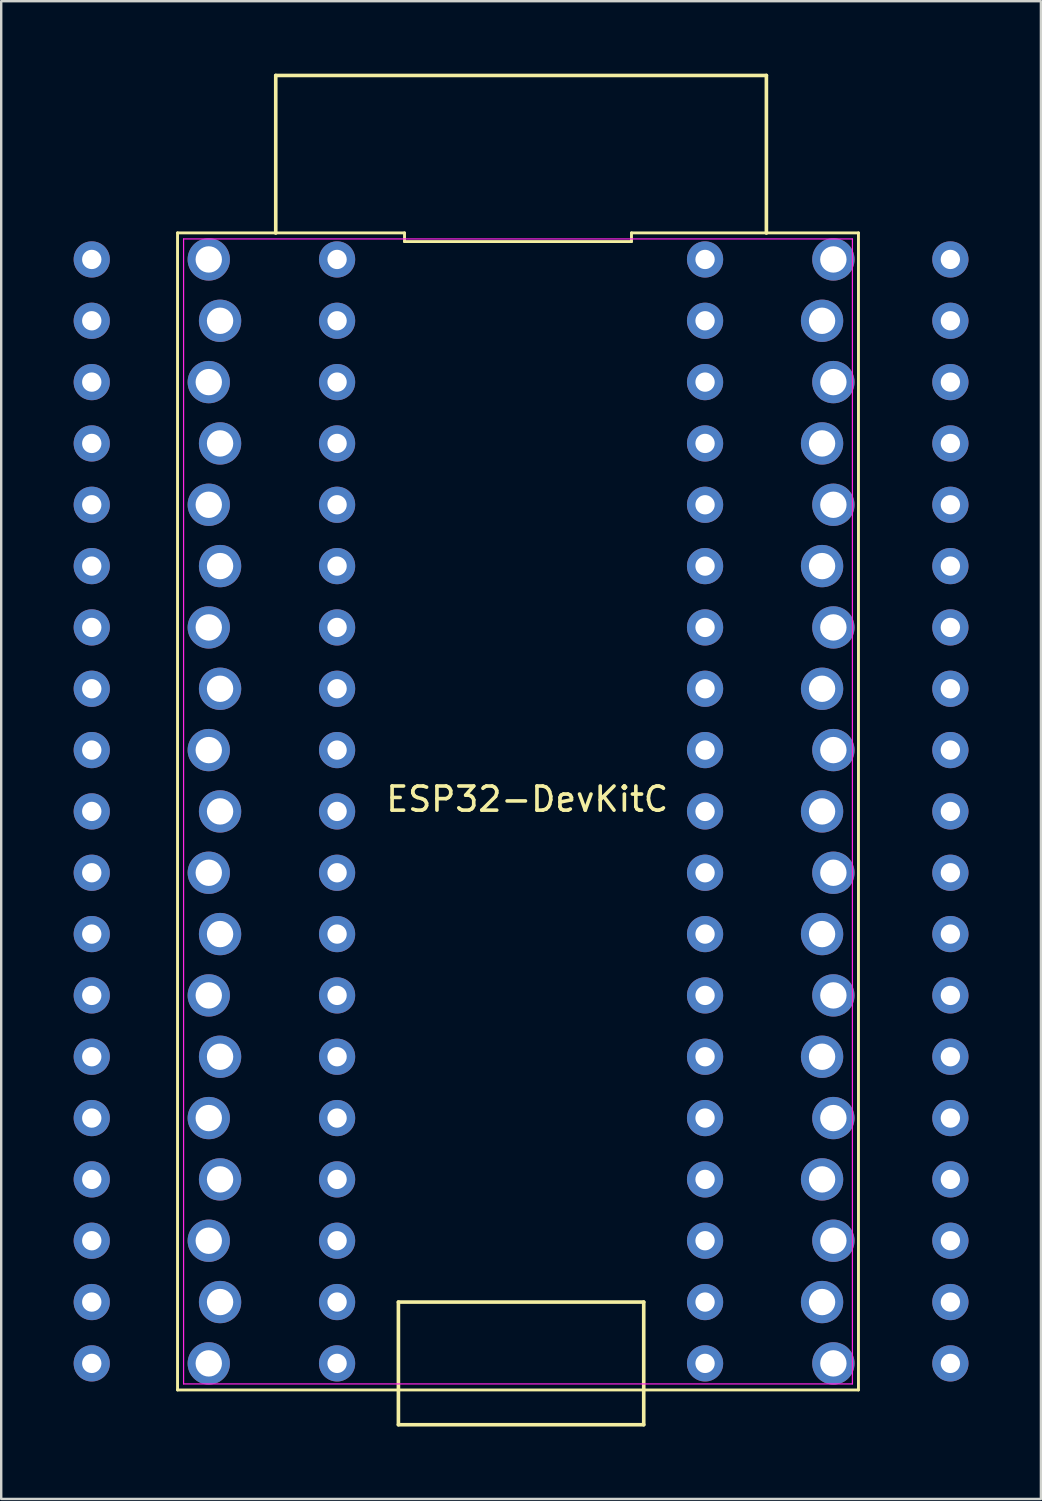
<source format=kicad_pcb>
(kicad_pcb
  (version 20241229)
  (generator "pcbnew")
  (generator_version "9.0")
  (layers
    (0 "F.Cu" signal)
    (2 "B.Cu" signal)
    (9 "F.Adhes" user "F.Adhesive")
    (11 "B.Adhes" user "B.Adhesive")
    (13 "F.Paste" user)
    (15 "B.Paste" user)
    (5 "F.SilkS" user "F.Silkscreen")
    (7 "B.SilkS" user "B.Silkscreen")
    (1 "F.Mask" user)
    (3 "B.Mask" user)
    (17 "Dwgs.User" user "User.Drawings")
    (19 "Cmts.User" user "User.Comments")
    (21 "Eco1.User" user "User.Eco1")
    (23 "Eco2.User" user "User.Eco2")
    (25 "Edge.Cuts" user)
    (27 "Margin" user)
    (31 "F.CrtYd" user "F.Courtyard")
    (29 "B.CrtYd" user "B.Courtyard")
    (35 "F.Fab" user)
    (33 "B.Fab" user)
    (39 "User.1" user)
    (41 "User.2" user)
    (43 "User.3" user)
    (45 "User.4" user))
  (footprint "ESP32-DevKitC"
    (layer "F.Cu")
    (at 18.403 30.174)
    (property "Reference" "ESP32-DevKitC" (at 0.381 -0.127 180) (layer "F.SilkS") (effects (font (size 1 1) (thickness 0.15))))
    (attr through_hole)
    (fp_line (start -14.1 24.341) (end 14.1 24.341) (stroke (width 0.12) (type solid)) (layer "F.SilkS"))
    (fp_line (start -14.1 -23.579) (end -14.1 24.341) (stroke (width 0.12) (type solid)) (layer "F.SilkS"))
    (fp_line (start -10.033 -30.099) (end 10.287 -30.099) (stroke (width 0.15) (type solid)) (layer "F.SilkS"))
    (fp_line (start -10.033 -23.571) (end -10.033 -30.099) (stroke (width 0.15) (type solid)) (layer "F.SilkS"))
    (fp_line (start -4.953 20.701) (end -4.953 25.781) (stroke (width 0.15) (type solid)) (layer "F.SilkS"))
    (fp_line (start -4.953 25.781) (end 5.207 25.781) (stroke (width 0.15) (type solid)) (layer "F.SilkS"))
    (fp_line (start -4.7 -23.579) (end -14.1 -23.579) (stroke (width 0.12) (type solid)) (layer "F.SilkS"))
    (fp_line (start -4.7 -23.219) (end -4.7 -23.579) (stroke (width 0.12) (type solid)) (layer "F.SilkS"))
    (fp_line (start 4.7 -23.579) (end 4.7 -23.219) (stroke (width 0.12) (type solid)) (layer "F.SilkS"))
    (fp_line (start 4.7 -23.219) (end -4.7 -23.219) (stroke (width 0.12) (type solid)) (layer "F.SilkS"))
    (fp_line (start 5.207 20.701) (end -4.953 20.701) (stroke (width 0.15) (type solid)) (layer "F.SilkS"))
    (fp_line (start 5.207 25.781) (end 5.207 20.701) (stroke (width 0.15) (type solid)) (layer "F.SilkS"))
    (fp_line (start 10.287 -23.571) (end 10.287 -30.099) (stroke (width 0.15) (type solid)) (layer "F.SilkS"))
    (fp_line (start 14.1 24.341) (end 14.1 -23.579) (stroke (width 0.12) (type solid)) (layer "F.SilkS"))
    (fp_line (start 14.1 -23.579) (end 4.7 -23.579) (stroke (width 0.12) (type solid)) (layer "F.SilkS"))
    (fp_line (start -13.85 -23.329) (end 13.85 -23.329) (stroke (width 0.05) (type solid)) (layer "F.CrtYd"))
    (fp_line (start -13.85 24.091) (end -13.85 -23.329) (stroke (width 0.05) (type solid)) (layer "F.CrtYd"))
    (fp_line (start 13.85 -23.329) (end 13.85 24.091) (stroke (width 0.05) (type solid)) (layer "F.CrtYd"))
    (fp_line (start 13.85 24.091) (end -13.85 24.091) (stroke (width 0.05) (type solid)) (layer "F.CrtYd"))
    (pad "1" thru_hole circle (at -17.653 -22.479) (size 1.5 1.5) (drill 0.8) (layers "*.Cu" "*.Mask"))
    (pad "1" thru_hole circle (at -12.807 -22.479) (size 1.753 1.753) (drill 1.092) (layers "*.Cu" "*.Mask"))
    (pad "1" thru_hole circle (at -7.493 -22.479) (size 1.5 1.5) (drill 0.8) (layers "*.Cu" "*.Mask"))
    (pad "2" thru_hole circle (at -17.653 -19.939) (size 1.5 1.5) (drill 0.8) (layers "*.Cu" "*.Mask"))
    (pad "2" thru_hole circle (at -12.339 -19.939) (size 1.753 1.753) (drill 1.092) (layers "*.Cu" "*.Mask"))
    (pad "2" thru_hole circle (at -7.493 -19.939) (size 1.5 1.5) (drill 0.8) (layers "*.Cu" "*.Mask"))
    (pad "3" thru_hole circle (at -17.653 -17.399) (size 1.5 1.5) (drill 0.8) (layers "*.Cu" "*.Mask"))
    (pad "3" thru_hole circle (at -12.807 -17.399) (size 1.753 1.753) (drill 1.092) (layers "*.Cu" "*.Mask"))
    (pad "3" thru_hole circle (at -7.493 -17.399) (size 1.5 1.5) (drill 0.8) (layers "*.Cu" "*.Mask"))
    (pad "4" thru_hole circle (at -17.653 -14.859) (size 1.5 1.5) (drill 0.8) (layers "*.Cu" "*.Mask"))
    (pad "4" thru_hole circle (at -12.339 -14.859) (size 1.753 1.753) (drill 1.092) (layers "*.Cu" "*.Mask"))
    (pad "4" thru_hole circle (at -7.493 -14.859) (size 1.5 1.5) (drill 0.8) (layers "*.Cu" "*.Mask"))
    (pad "5" thru_hole circle (at -17.653 -12.319) (size 1.5 1.5) (drill 0.8) (layers "*.Cu" "*.Mask"))
    (pad "5" thru_hole circle (at -12.807 -12.319) (size 1.753 1.753) (drill 1.092) (layers "*.Cu" "*.Mask"))
    (pad "5" thru_hole circle (at -7.493 -12.319) (size 1.5 1.5) (drill 0.8) (layers "*.Cu" "*.Mask"))
    (pad "6" thru_hole circle (at -17.653 -9.779) (size 1.5 1.5) (drill 0.8) (layers "*.Cu" "*.Mask"))
    (pad "6" thru_hole circle (at -12.339 -9.779) (size 1.753 1.753) (drill 1.092) (layers "*.Cu" "*.Mask"))
    (pad "6" thru_hole circle (at -7.493 -9.779) (size 1.5 1.5) (drill 0.8) (layers "*.Cu" "*.Mask"))
    (pad "7" thru_hole circle (at -17.653 -7.239) (size 1.5 1.5) (drill 0.8) (layers "*.Cu" "*.Mask"))
    (pad "7" thru_hole circle (at -12.807 -7.239) (size 1.753 1.753) (drill 1.092) (layers "*.Cu" "*.Mask"))
    (pad "7" thru_hole circle (at -7.493 -7.239) (size 1.5 1.5) (drill 0.8) (layers "*.Cu" "*.Mask"))
    (pad "8" thru_hole circle (at -17.653 -4.699) (size 1.5 1.5) (drill 0.8) (layers "*.Cu" "*.Mask"))
    (pad "8" thru_hole circle (at -12.339 -4.699) (size 1.753 1.753) (drill 1.092) (layers "*.Cu" "*.Mask"))
    (pad "8" thru_hole circle (at -7.493 -4.699) (size 1.5 1.5) (drill 0.8) (layers "*.Cu" "*.Mask"))
    (pad "9" thru_hole circle (at -17.653 -2.159) (size 1.5 1.5) (drill 0.8) (layers "*.Cu" "*.Mask"))
    (pad "9" thru_hole circle (at -12.807 -2.159) (size 1.753 1.753) (drill 1.092) (layers "*.Cu" "*.Mask"))
    (pad "9" thru_hole circle (at -7.493 -2.159) (size 1.5 1.5) (drill 0.8) (layers "*.Cu" "*.Mask"))
    (pad "10" thru_hole circle (at -17.653 0.381) (size 1.5 1.5) (drill 0.8) (layers "*.Cu" "*.Mask"))
    (pad "10" thru_hole circle (at -12.339 0.381) (size 1.753 1.753) (drill 1.092) (layers "*.Cu" "*.Mask"))
    (pad "10" thru_hole circle (at -7.493 0.381) (size 1.5 1.5) (drill 0.8) (layers "*.Cu" "*.Mask"))
    (pad "11" thru_hole circle (at -17.653 2.921) (size 1.5 1.5) (drill 0.8) (layers "*.Cu" "*.Mask"))
    (pad "11" thru_hole circle (at -12.807 2.921) (size 1.753 1.753) (drill 1.092) (layers "*.Cu" "*.Mask"))
    (pad "11" thru_hole circle (at -7.493 2.921) (size 1.5 1.5) (drill 0.8) (layers "*.Cu" "*.Mask"))
    (pad "12" thru_hole circle (at -17.653 5.461) (size 1.5 1.5) (drill 0.8) (layers "*.Cu" "*.Mask"))
    (pad "12" thru_hole circle (at -12.339 5.461) (size 1.753 1.753) (drill 1.092) (layers "*.Cu" "*.Mask"))
    (pad "12" thru_hole circle (at -7.493 5.461) (size 1.5 1.5) (drill 0.8) (layers "*.Cu" "*.Mask"))
    (pad "13" thru_hole circle (at -17.653 8.001) (size 1.5 1.5) (drill 0.8) (layers "*.Cu" "*.Mask"))
    (pad "13" thru_hole circle (at -12.807 8.001) (size 1.753 1.753) (drill 1.092) (layers "*.Cu" "*.Mask"))
    (pad "13" thru_hole circle (at -7.493 8.001) (size 1.5 1.5) (drill 0.8) (layers "*.Cu" "*.Mask"))
    (pad "14" thru_hole circle (at -17.653 10.541) (size 1.5 1.5) (drill 0.8) (layers "*.Cu" "*.Mask"))
    (pad "14" thru_hole circle (at -12.339 10.541) (size 1.753 1.753) (drill 1.092) (layers "*.Cu" "*.Mask"))
    (pad "14" thru_hole circle (at -7.493 10.541) (size 1.5 1.5) (drill 0.8) (layers "*.Cu" "*.Mask"))
    (pad "15" thru_hole circle (at -17.653 13.081) (size 1.5 1.5) (drill 0.8) (layers "*.Cu" "*.Mask"))
    (pad "15" thru_hole circle (at -12.807 13.081) (size 1.753 1.753) (drill 1.092) (layers "*.Cu" "*.Mask"))
    (pad "15" thru_hole circle (at -7.493 13.081) (size 1.5 1.5) (drill 0.8) (layers "*.Cu" "*.Mask"))
    (pad "16" thru_hole circle (at -17.653 15.621) (size 1.5 1.5) (drill 0.8) (layers "*.Cu" "*.Mask"))
    (pad "16" thru_hole circle (at -12.339 15.621) (size 1.753 1.753) (drill 1.092) (layers "*.Cu" "*.Mask"))
    (pad "16" thru_hole circle (at -7.493 15.621) (size 1.5 1.5) (drill 0.8) (layers "*.Cu" "*.Mask"))
    (pad "17" thru_hole circle (at -17.653 18.161) (size 1.5 1.5) (drill 0.8) (layers "*.Cu" "*.Mask"))
    (pad "17" thru_hole circle (at -12.807 18.161) (size 1.753 1.753) (drill 1.092) (layers "*.Cu" "*.Mask"))
    (pad "17" thru_hole circle (at -7.493 18.161) (size 1.5 1.5) (drill 0.8) (layers "*.Cu" "*.Mask"))
    (pad "18" thru_hole circle (at -17.653 20.701) (size 1.5 1.5) (drill 0.8) (layers "*.Cu" "*.Mask"))
    (pad "18" thru_hole circle (at -12.339 20.701) (size 1.753 1.753) (drill 1.092) (layers "*.Cu" "*.Mask"))
    (pad "18" thru_hole circle (at -7.493 20.701) (size 1.5 1.5) (drill 0.8) (layers "*.Cu" "*.Mask"))
    (pad "19" thru_hole circle (at -17.653 23.241) (size 1.5 1.5) (drill 0.8) (layers "*.Cu" "*.Mask"))
    (pad "19" thru_hole circle (at -12.807 23.241) (size 1.753 1.753) (drill 1.092) (layers "*.Cu" "*.Mask"))
    (pad "19" thru_hole circle (at -7.493 23.241) (size 1.5 1.5) (drill 0.8) (layers "*.Cu" "*.Mask"))
    (pad "20" thru_hole circle (at 7.747 23.241) (size 1.5 1.5) (drill 0.8) (layers "*.Cu" "*.Mask"))
    (pad "20" thru_hole circle (at 13.061 23.241) (size 1.753 1.753) (drill 1.092) (layers "*.Cu" "*.Mask"))
    (pad "20" thru_hole circle (at 17.907 23.241) (size 1.5 1.5) (drill 0.8) (layers "*.Cu" "*.Mask"))
    (pad "21" thru_hole circle (at 7.747 20.701) (size 1.5 1.5) (drill 0.8) (layers "*.Cu" "*.Mask"))
    (pad "21" thru_hole circle (at 12.593 20.701) (size 1.753 1.753) (drill 1.092) (layers "*.Cu" "*.Mask"))
    (pad "21" thru_hole circle (at 17.907 20.701) (size 1.5 1.5) (drill 0.8) (layers "*.Cu" "*.Mask"))
    (pad "22" thru_hole circle (at 7.747 18.161) (size 1.5 1.5) (drill 0.8) (layers "*.Cu" "*.Mask"))
    (pad "22" thru_hole circle (at 13.061 18.161) (size 1.753 1.753) (drill 1.092) (layers "*.Cu" "*.Mask"))
    (pad "22" thru_hole circle (at 17.907 18.161) (size 1.5 1.5) (drill 0.8) (layers "*.Cu" "*.Mask"))
    (pad "23" thru_hole circle (at 7.747 15.621) (size 1.5 1.5) (drill 0.8) (layers "*.Cu" "*.Mask"))
    (pad "23" thru_hole circle (at 12.593 15.621) (size 1.753 1.753) (drill 1.092) (layers "*.Cu" "*.Mask"))
    (pad "23" thru_hole circle (at 17.907 15.621) (size 1.5 1.5) (drill 0.8) (layers "*.Cu" "*.Mask"))
    (pad "24" thru_hole circle (at 7.747 13.081) (size 1.5 1.5) (drill 0.8) (layers "*.Cu" "*.Mask"))
    (pad "24" thru_hole circle (at 13.061 13.081) (size 1.753 1.753) (drill 1.092) (layers "*.Cu" "*.Mask"))
    (pad "24" thru_hole circle (at 17.907 13.081) (size 1.5 1.5) (drill 0.8) (layers "*.Cu" "*.Mask"))
    (pad "25" thru_hole circle (at 7.747 10.541) (size 1.5 1.5) (drill 0.8) (layers "*.Cu" "*.Mask"))
    (pad "25" thru_hole circle (at 12.593 10.541) (size 1.753 1.753) (drill 1.092) (layers "*.Cu" "*.Mask"))
    (pad "25" thru_hole circle (at 17.907 10.541) (size 1.5 1.5) (drill 0.8) (layers "*.Cu" "*.Mask"))
    (pad "26" thru_hole circle (at 7.747 8.001) (size 1.5 1.5) (drill 0.8) (layers "*.Cu" "*.Mask"))
    (pad "26" thru_hole circle (at 13.061 8.001) (size 1.753 1.753) (drill 1.092) (layers "*.Cu" "*.Mask"))
    (pad "26" thru_hole circle (at 17.907 8.001) (size 1.5 1.5) (drill 0.8) (layers "*.Cu" "*.Mask"))
    (pad "27" thru_hole circle (at 7.747 5.461) (size 1.5 1.5) (drill 0.8) (layers "*.Cu" "*.Mask"))
    (pad "27" thru_hole circle (at 12.593 5.461) (size 1.753 1.753) (drill 1.092) (layers "*.Cu" "*.Mask"))
    (pad "27" thru_hole circle (at 17.907 5.461) (size 1.5 1.5) (drill 0.8) (layers "*.Cu" "*.Mask"))
    (pad "28" thru_hole circle (at 7.747 2.921) (size 1.5 1.5) (drill 0.8) (layers "*.Cu" "*.Mask"))
    (pad "28" thru_hole circle (at 13.061 2.921) (size 1.753 1.753) (drill 1.092) (layers "*.Cu" "*.Mask"))
    (pad "28" thru_hole circle (at 17.907 2.921) (size 1.5 1.5) (drill 0.8) (layers "*.Cu" "*.Mask"))
    (pad "29" thru_hole circle (at 7.747 0.381) (size 1.5 1.5) (drill 0.8) (layers "*.Cu" "*.Mask"))
    (pad "29" thru_hole circle (at 12.593 0.381) (size 1.753 1.753) (drill 1.092) (layers "*.Cu" "*.Mask"))
    (pad "29" thru_hole circle (at 17.907 0.381) (size 1.5 1.5) (drill 0.8) (layers "*.Cu" "*.Mask"))
    (pad "30" thru_hole circle (at 7.747 -2.159) (size 1.5 1.5) (drill 0.8) (layers "*.Cu" "*.Mask"))
    (pad "30" thru_hole circle (at 13.061 -2.159) (size 1.753 1.753) (drill 1.092) (layers "*.Cu" "*.Mask"))
    (pad "30" thru_hole circle (at 17.907 -2.159) (size 1.5 1.5) (drill 0.8) (layers "*.Cu" "*.Mask"))
    (pad "31" thru_hole circle (at 7.747 -4.699) (size 1.5 1.5) (drill 0.8) (layers "*.Cu" "*.Mask"))
    (pad "31" thru_hole circle (at 12.593 -4.699) (size 1.753 1.753) (drill 1.092) (layers "*.Cu" "*.Mask"))
    (pad "31" thru_hole circle (at 17.907 -4.699) (size 1.5 1.5) (drill 0.8) (layers "*.Cu" "*.Mask"))
    (pad "32" thru_hole circle (at 7.747 -7.239) (size 1.5 1.5) (drill 0.8) (layers "*.Cu" "*.Mask"))
    (pad "32" thru_hole circle (at 13.061 -7.239) (size 1.753 1.753) (drill 1.092) (layers "*.Cu" "*.Mask"))
    (pad "32" thru_hole circle (at 17.907 -7.239) (size 1.5 1.5) (drill 0.8) (layers "*.Cu" "*.Mask"))
    (pad "33" thru_hole circle (at 7.747 -9.779) (size 1.5 1.5) (drill 0.8) (layers "*.Cu" "*.Mask"))
    (pad "33" thru_hole circle (at 12.593 -9.779) (size 1.753 1.753) (drill 1.092) (layers "*.Cu" "*.Mask"))
    (pad "33" thru_hole circle (at 17.907 -9.779) (size 1.5 1.5) (drill 0.8) (layers "*.Cu" "*.Mask"))
    (pad "34" thru_hole circle (at 7.747 -12.319) (size 1.5 1.5) (drill 0.8) (layers "*.Cu" "*.Mask"))
    (pad "34" thru_hole circle (at 13.061 -12.319) (size 1.753 1.753) (drill 1.092) (layers "*.Cu" "*.Mask"))
    (pad "34" thru_hole circle (at 17.907 -12.319) (size 1.5 1.5) (drill 0.8) (layers "*.Cu" "*.Mask"))
    (pad "35" thru_hole circle (at 7.747 -14.859) (size 1.5 1.5) (drill 0.8) (layers "*.Cu" "*.Mask"))
    (pad "35" thru_hole circle (at 12.593 -14.859) (size 1.753 1.753) (drill 1.092) (layers "*.Cu" "*.Mask"))
    (pad "35" thru_hole circle (at 17.907 -14.859) (size 1.5 1.5) (drill 0.8) (layers "*.Cu" "*.Mask"))
    (pad "36" thru_hole circle (at 7.747 -17.399) (size 1.5 1.5) (drill 0.8) (layers "*.Cu" "*.Mask"))
    (pad "36" thru_hole circle (at 13.061 -17.399) (size 1.753 1.753) (drill 1.092) (layers "*.Cu" "*.Mask"))
    (pad "36" thru_hole circle (at 17.907 -17.399) (size 1.5 1.5) (drill 0.8) (layers "*.Cu" "*.Mask"))
    (pad "37" thru_hole circle (at 7.747 -19.939) (size 1.5 1.5) (drill 0.8) (layers "*.Cu" "*.Mask"))
    (pad "37" thru_hole circle (at 12.593 -19.939) (size 1.753 1.753) (drill 1.092) (layers "*.Cu" "*.Mask"))
    (pad "37" thru_hole circle (at 17.907 -19.939) (size 1.5 1.5) (drill 0.8) (layers "*.Cu" "*.Mask"))
    (pad "38" thru_hole circle (at 7.747 -22.479) (size 1.5 1.5) (drill 0.8) (layers "*.Cu" "*.Mask"))
    (pad "38" thru_hole circle (at 13.061 -22.479) (size 1.753 1.753) (drill 1.092) (layers "*.Cu" "*.Mask"))
    (pad "38" thru_hole circle (at 17.907 -22.479) (size 1.5 1.5) (drill 0.8) (layers "*.Cu" "*.Mask")))
  (gr_rect
    (start -3 -3)
    (end 40.06 59.03)
    (stroke (width 0.1) (type default))
    (fill no)
    (layer "Edge.Cuts")))
</source>
